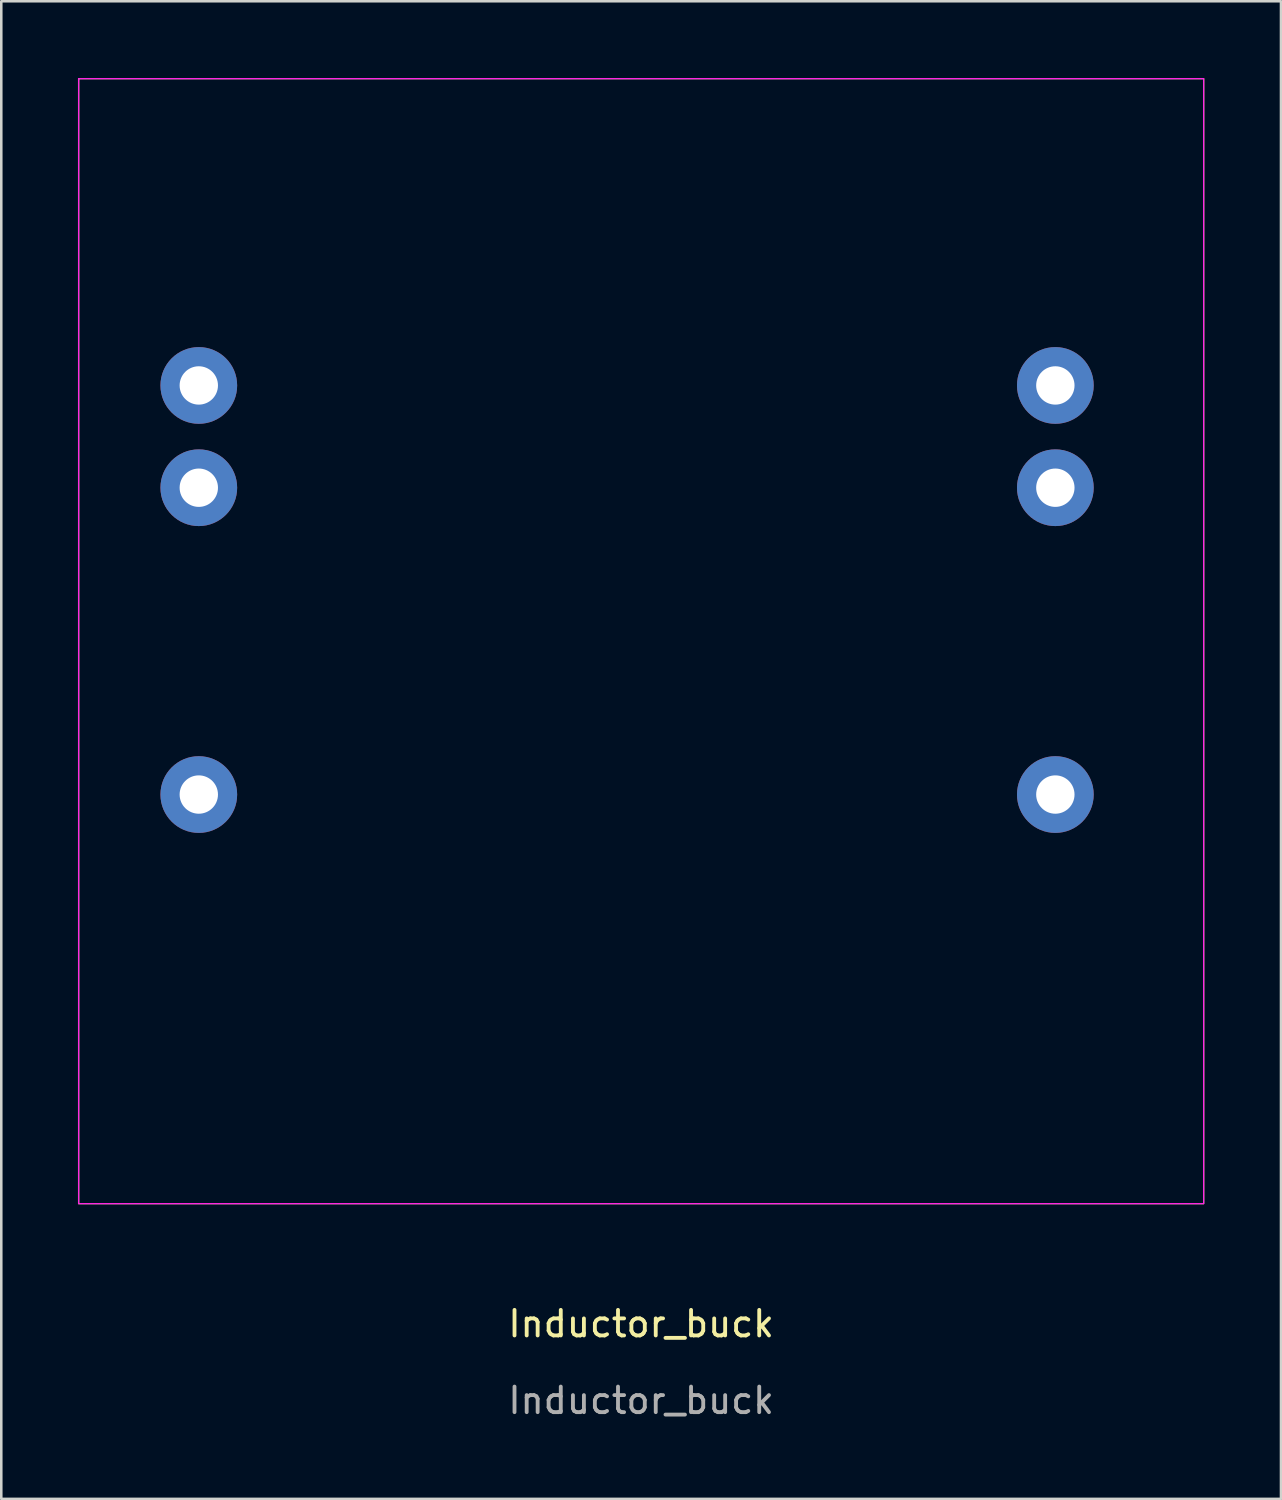
<source format=kicad_pcb>
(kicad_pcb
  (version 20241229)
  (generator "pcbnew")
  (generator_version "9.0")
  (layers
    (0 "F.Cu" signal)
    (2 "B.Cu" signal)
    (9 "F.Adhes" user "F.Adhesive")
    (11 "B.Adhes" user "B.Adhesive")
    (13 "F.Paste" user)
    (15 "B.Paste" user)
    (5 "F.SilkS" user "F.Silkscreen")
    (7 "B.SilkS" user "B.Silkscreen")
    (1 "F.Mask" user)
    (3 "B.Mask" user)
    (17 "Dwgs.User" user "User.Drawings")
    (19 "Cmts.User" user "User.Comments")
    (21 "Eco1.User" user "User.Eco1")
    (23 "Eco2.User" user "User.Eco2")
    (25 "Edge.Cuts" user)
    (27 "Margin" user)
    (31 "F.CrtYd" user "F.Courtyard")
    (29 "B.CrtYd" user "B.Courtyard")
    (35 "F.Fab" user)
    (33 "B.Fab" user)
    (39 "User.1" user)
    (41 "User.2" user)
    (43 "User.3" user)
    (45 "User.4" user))
  (footprint "Inductor_buck"
    (layer "F.Cu")
    (at 22.025 49.225)
    (property "Reference" "Inductor_buck" (at 0 -0.5 0) (unlocked yes) (layer "F.SilkS") (effects (font (size 1 1) (thickness 0.15))))
    (attr through_hole)
    (fp_rect (start -22 -49.2) (end 22 -5.2) (stroke (width 0.05) (type default)) (fill no) (layer "F.SilkS"))
    (fp_rect (start -22 -49.2) (end 22 -5.2) (stroke (width 0.05) (type default)) (fill no) (layer "F.CrtYd"))
    (fp_text user "${REFERENCE}" (at 0 2.5 0) (unlocked yes) (layer "F.Fab") (effects (font (size 1 1) (thickness 0.15))))
    (pad "1" thru_hole circle (at -17.3 -21.2) (size 3 3) (drill 1.5) (layers "*.Cu" "*.Mask"))
    (pad "2" thru_hole circle (at -17.3 -37.2) (size 3 3) (drill 1.5) (layers "*.Cu" "*.Mask"))
    (pad "2" thru_hole circle (at -17.3 -33.2) (size 3 3) (drill 1.5) (layers "*.Cu" "*.Mask"))
    (pad "3" thru_hole circle (at 16.2 -37.2) (size 3 3) (drill 1.5) (layers "*.Cu" "*.Mask"))
    (pad "3" thru_hole circle (at 16.2 -33.2) (size 3 3) (drill 1.5) (layers "*.Cu" "*.Mask"))
    (pad "4" thru_hole circle (at 16.2 -21.2) (size 3 3) (drill 1.5) (layers "*.Cu" "*.Mask")))
  (gr_rect
    (start -3 -3)
    (end 47.05 55.573)
    (stroke (width 0.1) (type default))
    (fill no)
    (layer "Edge.Cuts")))
</source>
